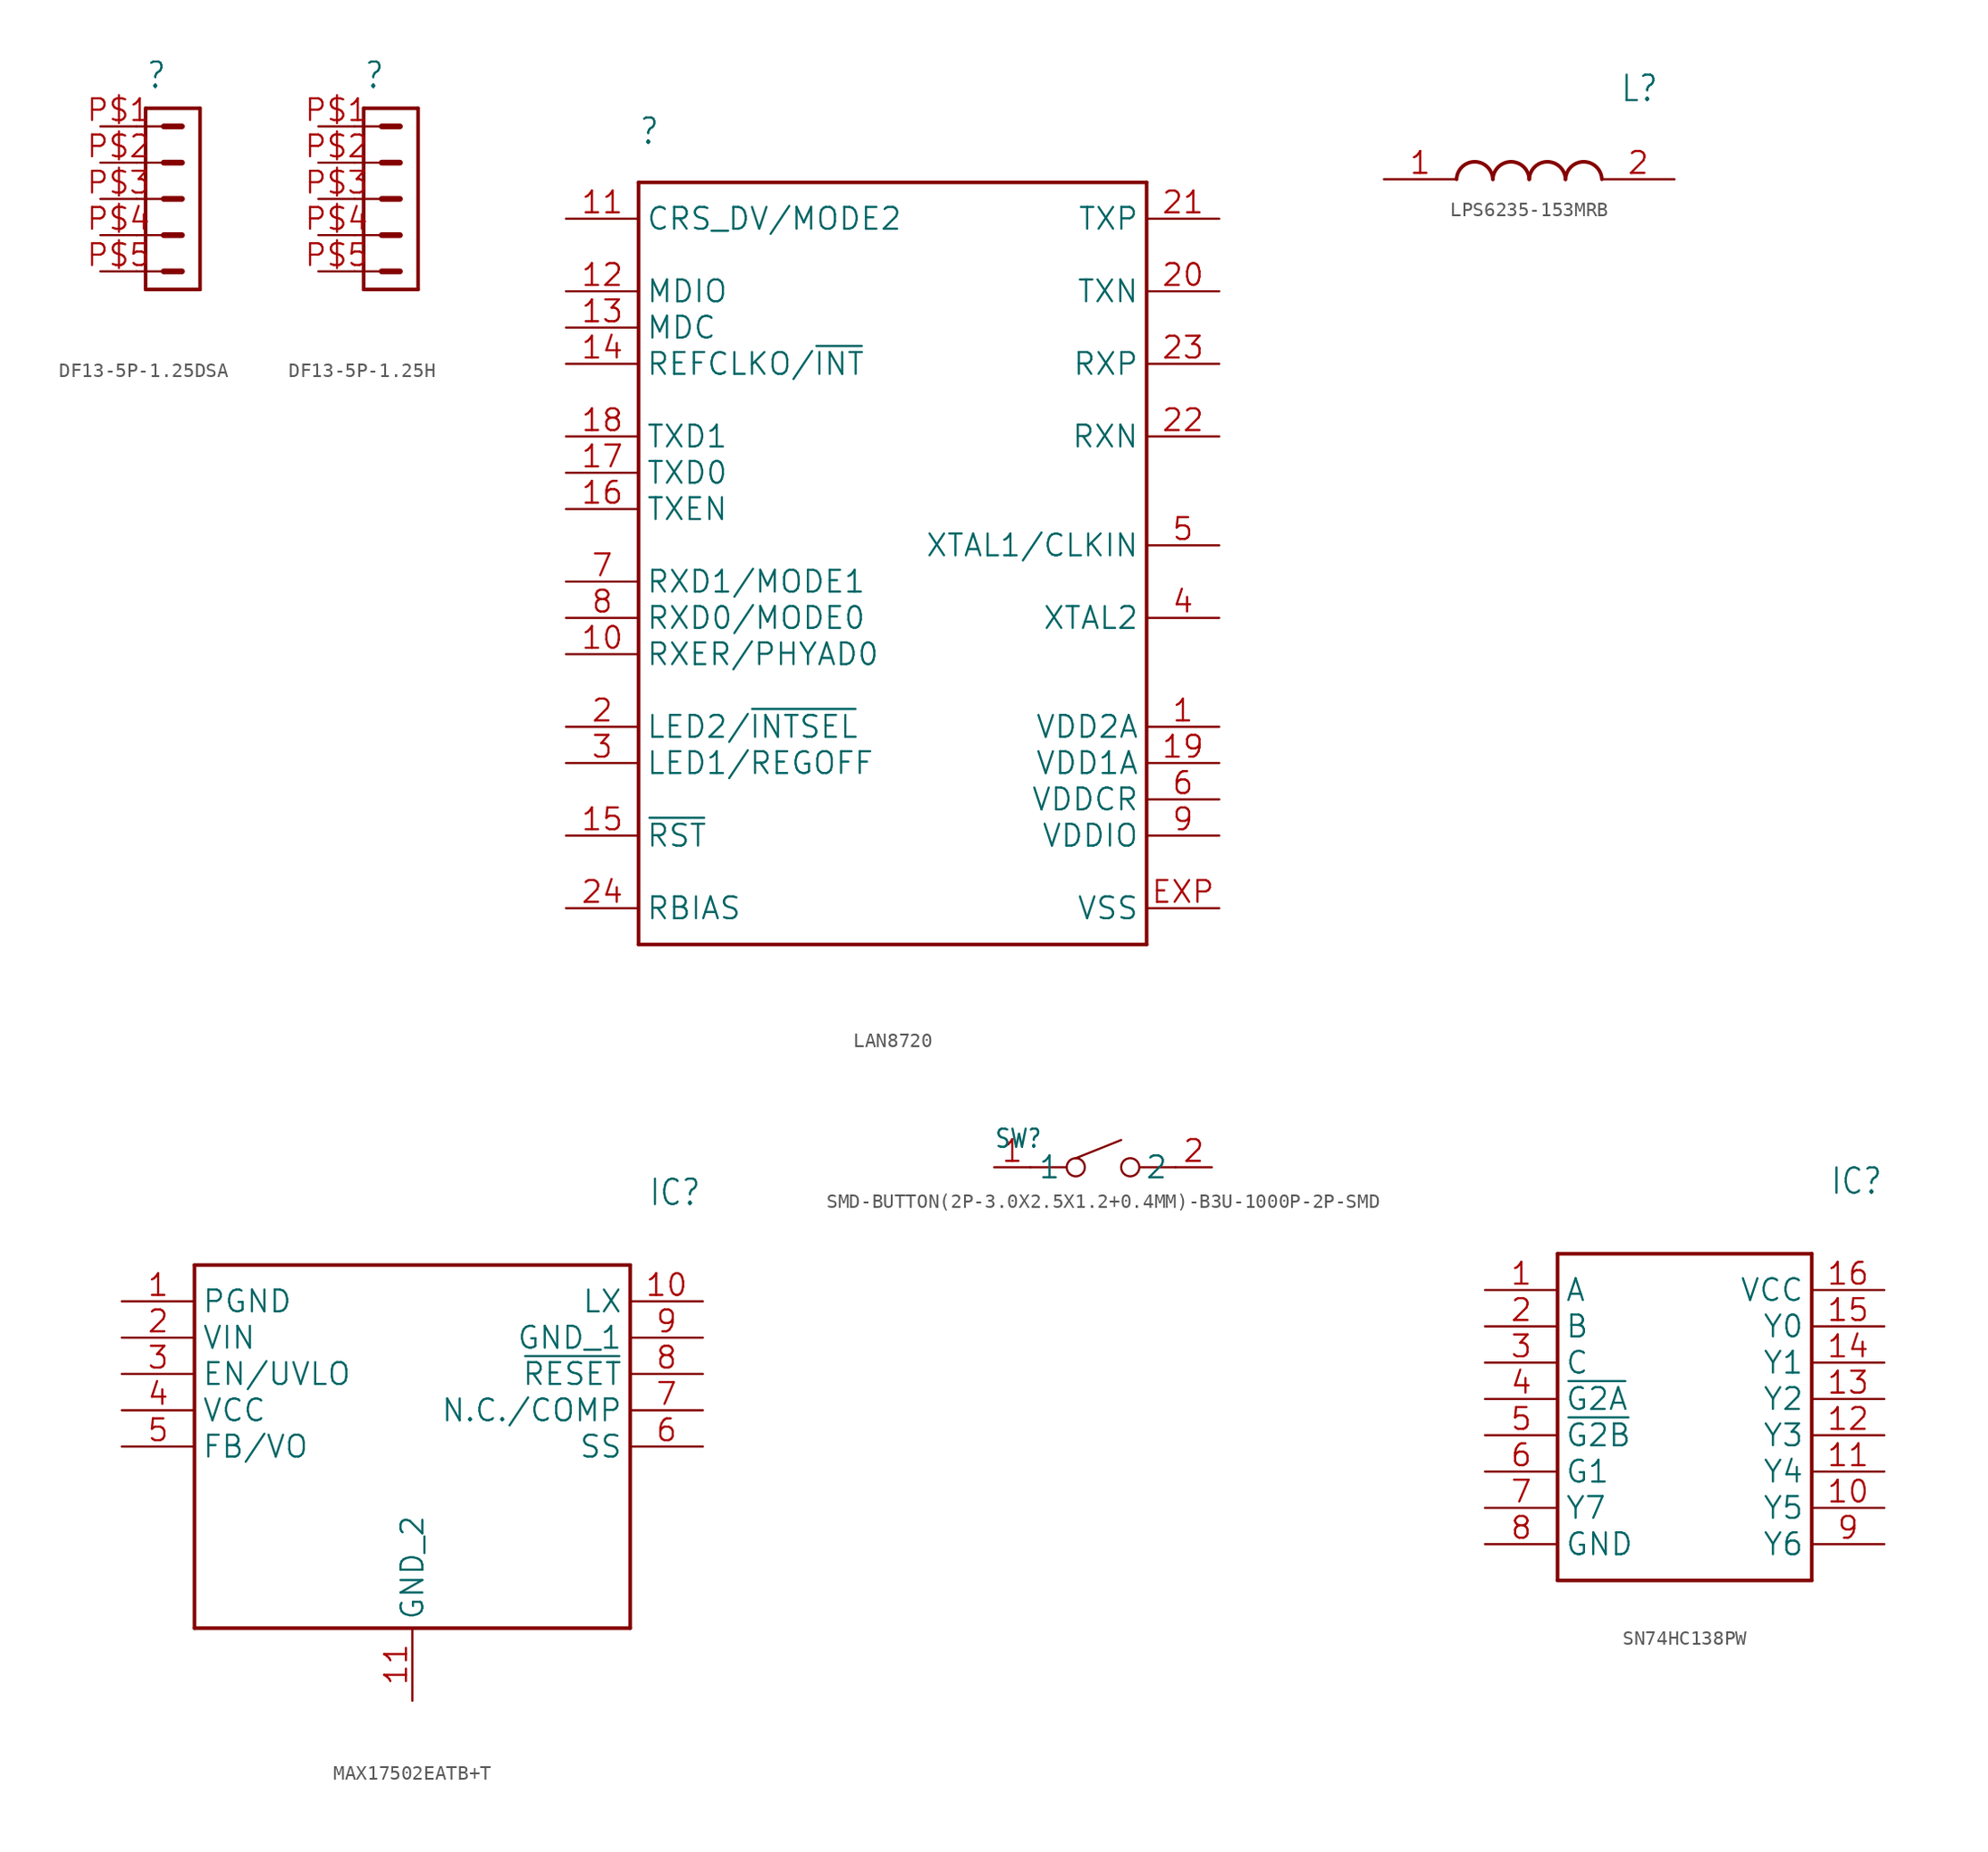
<source format=kicad_sym>
(kicad_symbol_lib
  (version 20241209)
  (generator "kicad_symbol_editor")
  (generator_version "9.0")
  (symbol "DF13-5P-1.25DSA"
    (property "Reference" ""
      (at -1.905 7.62 0)
      (effects (font (size 1.778 1.511)) (justify left bottom)))
    (property "Value" ""
      (at -1.905 -9.207 0)
      (effects (font (size 1.778 1.511)) (justify left bottom)))
    (property "ki_locked" ""
      (at 0 0 0)
      (effects (font (size 1.27 1.27))))
    (symbol "DF13-5P-1.25DSA_1_0"
      (polyline (pts (xy -2.54 5.08) (xy -0.635 5.08)) (stroke (width 0.152) (type solid)) (fill (type none)))
      (polyline (pts (xy -2.54 2.54) (xy -0.635 2.54)) (stroke (width 0.152) (type solid)) (fill (type none)))
      (polyline (pts (xy -2.54 0) (xy -0.635 0)) (stroke (width 0.152) (type solid)) (fill (type none)))
      (polyline (pts (xy -2.54 -2.54) (xy -0.635 -2.54)) (stroke (width 0.152) (type solid)) (fill (type none)))
      (polyline (pts (xy -2.54 -5.08) (xy -0.635 -5.08)) (stroke (width 0.152) (type solid)) (fill (type none)))
      (polyline (pts (xy -1.905 -6.35) (xy -1.905 6.35)) (stroke (width 0.254) (type solid)) (fill (type none)))
      (polyline (pts (xy -1.905 -6.35) (xy 1.905 -6.35)) (stroke (width 0.254) (type solid)) (fill (type none)))
      (polyline (pts (xy -0.635 5.08) (xy 0.635 5.08)) (stroke (width 0.406) (type solid)) (fill (type none)))
      (polyline (pts (xy -0.635 2.54) (xy 0.635 2.54)) (stroke (width 0.406) (type solid)) (fill (type none)))
      (polyline (pts (xy -0.635 0) (xy 0.635 0)) (stroke (width 0.406) (type solid)) (fill (type none)))
      (polyline (pts (xy -0.635 -2.54) (xy 0.635 -2.54)) (stroke (width 0.406) (type solid)) (fill (type none)))
      (polyline (pts (xy -0.635 -5.08) (xy 0.635 -5.08)) (stroke (width 0.406) (type solid)) (fill (type none)))
      (polyline (pts (xy 1.905 6.35) (xy -1.905 6.35)) (stroke (width 0.254) (type solid)) (fill (type none)))
      (polyline (pts (xy 1.905 6.35) (xy 1.905 -6.35)) (stroke (width 0.254) (type solid)) (fill (type none)))
      (pin passive line (at -5.08 5.08 0) (length 2.54) (name "1" (effects (font (size 0 0)))) (number "P$1" (effects (font (size 1.524 1.524)))))
      (pin passive line (at -5.08 2.54 0) (length 2.54) (name "2" (effects (font (size 0 0)))) (number "P$2" (effects (font (size 1.524 1.524)))))
      (pin passive line (at -5.08 0 0) (length 2.54) (name "3" (effects (font (size 0 0)))) (number "P$3" (effects (font (size 1.524 1.524)))))
      (pin passive line (at -5.08 -2.54 0) (length 2.54) (name "4" (effects (font (size 0 0)))) (number "P$4" (effects (font (size 1.524 1.524)))))
      (pin passive line (at -5.08 -5.08 0) (length 2.54) (name "5" (effects (font (size 0 0)))) (number "P$5" (effects (font (size 1.524 1.524)))))))
  (symbol "DF13-5P-1.25H"
    (property "Reference" ""
      (at -1.905 7.62 0)
      (effects (font (size 1.778 1.511)) (justify left bottom)))
    (property "Value" ""
      (at -1.905 -9.207 0)
      (effects (font (size 1.778 1.511)) (justify left bottom)))
    (property "ki_locked" ""
      (at 0 0 0)
      (effects (font (size 1.27 1.27))))
    (symbol "DF13-5P-1.25H_1_0"
      (polyline (pts (xy -2.54 5.08) (xy -0.635 5.08)) (stroke (width 0.152) (type solid)) (fill (type none)))
      (polyline (pts (xy -2.54 2.54) (xy -0.635 2.54)) (stroke (width 0.152) (type solid)) (fill (type none)))
      (polyline (pts (xy -2.54 0) (xy -0.635 0)) (stroke (width 0.152) (type solid)) (fill (type none)))
      (polyline (pts (xy -2.54 -2.54) (xy -0.635 -2.54)) (stroke (width 0.152) (type solid)) (fill (type none)))
      (polyline (pts (xy -2.54 -5.08) (xy -0.635 -5.08)) (stroke (width 0.152) (type solid)) (fill (type none)))
      (polyline (pts (xy -1.905 -6.35) (xy -1.905 6.35)) (stroke (width 0.254) (type solid)) (fill (type none)))
      (polyline (pts (xy -1.905 -6.35) (xy 1.905 -6.35)) (stroke (width 0.254) (type solid)) (fill (type none)))
      (polyline (pts (xy -0.635 5.08) (xy 0.635 5.08)) (stroke (width 0.406) (type solid)) (fill (type none)))
      (polyline (pts (xy -0.635 2.54) (xy 0.635 2.54)) (stroke (width 0.406) (type solid)) (fill (type none)))
      (polyline (pts (xy -0.635 0) (xy 0.635 0)) (stroke (width 0.406) (type solid)) (fill (type none)))
      (polyline (pts (xy -0.635 -2.54) (xy 0.635 -2.54)) (stroke (width 0.406) (type solid)) (fill (type none)))
      (polyline (pts (xy -0.635 -5.08) (xy 0.635 -5.08)) (stroke (width 0.406) (type solid)) (fill (type none)))
      (polyline (pts (xy 1.905 6.35) (xy -1.905 6.35)) (stroke (width 0.254) (type solid)) (fill (type none)))
      (polyline (pts (xy 1.905 6.35) (xy 1.905 -6.35)) (stroke (width 0.254) (type solid)) (fill (type none)))
      (pin passive line (at -5.08 5.08 0) (length 2.54) (name "1" (effects (font (size 0 0)))) (number "P$1" (effects (font (size 1.524 1.524)))))
      (pin passive line (at -5.08 2.54 0) (length 2.54) (name "2" (effects (font (size 0 0)))) (number "P$2" (effects (font (size 1.524 1.524)))))
      (pin passive line (at -5.08 0 0) (length 2.54) (name "3" (effects (font (size 0 0)))) (number "P$3" (effects (font (size 1.524 1.524)))))
      (pin passive line (at -5.08 -2.54 0) (length 2.54) (name "4" (effects (font (size 0 0)))) (number "P$4" (effects (font (size 1.524 1.524)))))
      (pin passive line (at -5.08 -5.08 0) (length 2.54) (name "5" (effects (font (size 0 0)))) (number "P$5" (effects (font (size 1.524 1.524)))))))
  (symbol "LAN8720"
    (property "Reference" ""
      (at -17.78 27.94 0)
      (effects (font (size 1.778 1.511)) (justify left bottom)))
    (property "Value" ""
      (at -17.78 25.4 0)
      (effects (font (size 1.778 1.511)) (justify left bottom)))
    (property "ki_locked" ""
      (at 0 0 0)
      (effects (font (size 1.27 1.27))))
    (symbol "LAN8720_1_0"
      (polyline (pts (xy -17.78 25.4) (xy 17.78 25.4)) (stroke (width 0.254) (type solid)) (fill (type none)))
      (polyline (pts (xy -17.78 -27.94) (xy -17.78 25.4)) (stroke (width 0.254) (type solid)) (fill (type none)))
      (polyline (pts (xy 17.78 25.4) (xy 17.78 -27.94)) (stroke (width 0.254) (type solid)) (fill (type none)))
      (polyline (pts (xy 17.78 -27.94) (xy -17.78 -27.94)) (stroke (width 0.254) (type solid)) (fill (type none)))
      (pin bidirectional line (at -22.86 22.86 0) (length 5.08) (name "CRS_DV/MODE2" (effects (font (size 1.524 1.524)))) (number "11" (effects (font (size 1.524 1.524)))))
      (pin bidirectional line (at -22.86 17.78 0) (length 5.08) (name "MDIO" (effects (font (size 1.524 1.524)))) (number "12" (effects (font (size 1.524 1.524)))))
      (pin bidirectional line (at -22.86 15.24 0) (length 5.08) (name "MDC" (effects (font (size 1.524 1.524)))) (number "13" (effects (font (size 1.524 1.524)))))
      (pin bidirectional line (at -22.86 12.7 0) (length 5.08) (name "REFCLKO/~{INT}" (effects (font (size 1.524 1.524)))) (number "14" (effects (font (size 1.524 1.524)))))
      (pin bidirectional line (at -22.86 7.62 0) (length 5.08) (name "TXD1" (effects (font (size 1.524 1.524)))) (number "18" (effects (font (size 1.524 1.524)))))
      (pin bidirectional line (at -22.86 5.08 0) (length 5.08) (name "TXD0" (effects (font (size 1.524 1.524)))) (number "17" (effects (font (size 1.524 1.524)))))
      (pin bidirectional line (at -22.86 2.54 0) (length 5.08) (name "TXEN" (effects (font (size 1.524 1.524)))) (number "16" (effects (font (size 1.524 1.524)))))
      (pin bidirectional line (at -22.86 -2.54 0) (length 5.08) (name "RXD1/MODE1" (effects (font (size 1.524 1.524)))) (number "7" (effects (font (size 1.524 1.524)))))
      (pin bidirectional line (at -22.86 -5.08 0) (length 5.08) (name "RXD0/MODE0" (effects (font (size 1.524 1.524)))) (number "8" (effects (font (size 1.524 1.524)))))
      (pin bidirectional line (at -22.86 -7.62 0) (length 5.08) (name "RXER/PHYAD0" (effects (font (size 1.524 1.524)))) (number "10" (effects (font (size 1.524 1.524)))))
      (pin bidirectional line (at -22.86 -12.7 0) (length 5.08) (name "LED2/~{INTSEL}" (effects (font (size 1.524 1.524)))) (number "2" (effects (font (size 1.524 1.524)))))
      (pin bidirectional line (at -22.86 -15.24 0) (length 5.08) (name "LED1/REGOFF" (effects (font (size 1.524 1.524)))) (number "3" (effects (font (size 1.524 1.524)))))
      (pin bidirectional line (at -22.86 -20.32 0) (length 5.08) (name "~{RST}" (effects (font (size 1.524 1.524)))) (number "15" (effects (font (size 1.524 1.524)))))
      (pin bidirectional line (at -22.86 -25.4 0) (length 5.08) (name "RBIAS" (effects (font (size 1.524 1.524)))) (number "24" (effects (font (size 1.524 1.524)))))
      (pin bidirectional line (at 22.86 22.86 180) (length 5.08) (name "TXP" (effects (font (size 1.524 1.524)))) (number "21" (effects (font (size 1.524 1.524)))))
      (pin bidirectional line (at 22.86 17.78 180) (length 5.08) (name "TXN" (effects (font (size 1.524 1.524)))) (number "20" (effects (font (size 1.524 1.524)))))
      (pin bidirectional line (at 22.86 12.7 180) (length 5.08) (name "RXP" (effects (font (size 1.524 1.524)))) (number "23" (effects (font (size 1.524 1.524)))))
      (pin bidirectional line (at 22.86 7.62 180) (length 5.08) (name "RXN" (effects (font (size 1.524 1.524)))) (number "22" (effects (font (size 1.524 1.524)))))
      (pin bidirectional line (at 22.86 0 180) (length 5.08) (name "XTAL1/CLKIN" (effects (font (size 1.524 1.524)))) (number "5" (effects (font (size 1.524 1.524)))))
      (pin bidirectional line (at 22.86 -5.08 180) (length 5.08) (name "XTAL2" (effects (font (size 1.524 1.524)))) (number "4" (effects (font (size 1.524 1.524)))))
      (pin power_in line (at 22.86 -12.7 180) (length 5.08) (name "VDD2A" (effects (font (size 1.524 1.524)))) (number "1" (effects (font (size 1.524 1.524)))))
      (pin power_in line (at 22.86 -15.24 180) (length 5.08) (name "VDD1A" (effects (font (size 1.524 1.524)))) (number "19" (effects (font (size 1.524 1.524)))))
      (pin power_in line (at 22.86 -17.78 180) (length 5.08) (name "VDDCR" (effects (font (size 1.524 1.524)))) (number "6" (effects (font (size 1.524 1.524)))))
      (pin power_in line (at 22.86 -20.32 180) (length 5.08) (name "VDDIO" (effects (font (size 1.524 1.524)))) (number "9" (effects (font (size 1.524 1.524)))))
      (pin power_in line (at 22.86 -25.4 180) (length 5.08) (name "VSS" (effects (font (size 1.524 1.524)))) (number "EXP" (effects (font (size 1.524 1.524)))))))
  (symbol "LPS6235-153MRB"
    (property "Reference" "L"
      (at 16.51 6.35 0)
      (effects (font (size 1.778 1.511)) (justify left)))
    (property "Value" ""
      (at 16.51 3.81 0)
      (effects (font (size 1.778 1.511)) (justify left)))
    (property "ki_locked" ""
      (at 0 0 0)
      (effects (font (size 1.27 1.27))))
    (symbol "LPS6235-153MRB_1_0"
      (arc (start 5.08 0) (mid 6.35 1.22) (end 7.62 0) (stroke (width 0.254) (type solid)) (fill (type none)))
      (arc (start 7.62 0) (mid 8.89 1.22) (end 10.16 0) (stroke (width 0.254) (type solid)) (fill (type none)))
      (arc (start 10.16 0) (mid 11.43 1.22) (end 12.7 0) (stroke (width 0.254) (type solid)) (fill (type none)))
      (arc (start 12.7 0) (mid 13.97 1.22) (end 15.24 0) (stroke (width 0.254) (type solid)) (fill (type none)))
      (pin bidirectional line (at 0 0 0) (length 5.08) (name "1" (effects (font (size 0 0)))) (number "1" (effects (font (size 1.524 1.524)))))
      (pin bidirectional line (at 20.32 0 180) (length 5.08) (name "2" (effects (font (size 0 0)))) (number "2" (effects (font (size 1.524 1.524)))))))
  (symbol "MAX17502EATB+T"
    (property "Reference" "IC"
      (at 36.83 7.62 0)
      (effects (font (size 1.778 1.511)) (justify left)))
    (property "Value" ""
      (at 36.83 5.08 0)
      (effects (font (size 1.778 1.511)) (justify left)))
    (property "ki_locked" ""
      (at 0 0 0)
      (effects (font (size 1.27 1.27))))
    (symbol "MAX17502EATB+T_1_0"
      (polyline (pts (xy 5.08 2.54) (xy 5.08 -22.86)) (stroke (width 0.254) (type solid)) (fill (type none)))
      (polyline (pts (xy 5.08 2.54) (xy 35.56 2.54)) (stroke (width 0.254) (type solid)) (fill (type none)))
      (polyline (pts (xy 35.56 -22.86) (xy 5.08 -22.86)) (stroke (width 0.254) (type solid)) (fill (type none)))
      (polyline (pts (xy 35.56 -22.86) (xy 35.56 2.54)) (stroke (width 0.254) (type solid)) (fill (type none)))
      (pin bidirectional line (at 0 0 0) (length 5.08) (name "PGND" (effects (font (size 1.524 1.524)))) (number "1" (effects (font (size 1.524 1.524)))))
      (pin bidirectional line (at 0 -2.54 0) (length 5.08) (name "VIN" (effects (font (size 1.524 1.524)))) (number "2" (effects (font (size 1.524 1.524)))))
      (pin bidirectional line (at 0 -5.08 0) (length 5.08) (name "EN/UVLO" (effects (font (size 1.524 1.524)))) (number "3" (effects (font (size 1.524 1.524)))))
      (pin bidirectional line (at 0 -7.62 0) (length 5.08) (name "VCC" (effects (font (size 1.524 1.524)))) (number "4" (effects (font (size 1.524 1.524)))))
      (pin bidirectional line (at 0 -10.16 0) (length 5.08) (name "FB/VO" (effects (font (size 1.524 1.524)))) (number "5" (effects (font (size 1.524 1.524)))))
      (pin bidirectional line (at 20.32 -27.94 90) (length 5.08) (name "GND_2" (effects (font (size 1.524 1.524)))) (number "11" (effects (font (size 1.524 1.524)))))
      (pin bidirectional line (at 40.64 0 180) (length 5.08) (name "LX" (effects (font (size 1.524 1.524)))) (number "10" (effects (font (size 1.524 1.524)))))
      (pin bidirectional line (at 40.64 -2.54 180) (length 5.08) (name "GND_1" (effects (font (size 1.524 1.524)))) (number "9" (effects (font (size 1.524 1.524)))))
      (pin bidirectional line (at 40.64 -5.08 180) (length 5.08) (name "~{RESET}" (effects (font (size 1.524 1.524)))) (number "8" (effects (font (size 1.524 1.524)))))
      (pin bidirectional line (at 40.64 -7.62 180) (length 5.08) (name "N.C./COMP" (effects (font (size 1.524 1.524)))) (number "7" (effects (font (size 1.524 1.524)))))
      (pin bidirectional line (at 40.64 -10.16 180) (length 5.08) (name "SS" (effects (font (size 1.524 1.524)))) (number "6" (effects (font (size 1.524 1.524)))))))
  (symbol "SMD-BUTTON(2P-3.0X2.5X1.2+0.4MM)-B3U-1000P-2P-SMD"
    (property "Reference" "SW"
      (at -7.62 1.27 0)
      (effects (font (size 1.27 1.079)) (justify left bottom)))
    (property "Value" ""
      (at 1.27 1.27 0)
      (effects (font (size 1.27 1.079)) (justify left bottom)))
    (property "ki_locked" ""
      (at 0 0 0)
      (effects (font (size 1.27 1.27))))
    (symbol "SMD-BUTTON(2P-3.0X2.5X1.2+0.4MM)-B3U-1000P-2P-SMD_1_0"
      (polyline (pts (xy -5.08 0) (xy -2.54 0)) (stroke (width 0.152) (type solid)) (fill (type none)))
      (polyline (pts (xy -1.905 0.635) (xy 1.27 1.905)) (stroke (width 0.152) (type solid)) (fill (type none)))
      (circle (center -1.905 0) (radius 0.635) (stroke (width 0.152) (type solid)) (fill (type none)))
      (circle (center 1.905 0) (radius 0.635) (stroke (width 0.152) (type solid)) (fill (type none)))
      (polyline (pts (xy 2.54 0) (xy 5.08 0)) (stroke (width 0.152) (type solid)) (fill (type none)))
      (pin bidirectional line (at -7.62 0 0) (length 2.54) (name "1" (effects (font (size 1.524 1.524)))) (number "1" (effects (font (size 1.524 1.524)))))
      (pin bidirectional line (at 7.62 0 180) (length 2.54) (name "2" (effects (font (size 1.524 1.524)))) (number "2" (effects (font (size 1.524 1.524)))))))
  (symbol "SN74HC138PW"
    (property "Reference" "IC"
      (at 24.13 7.62 0)
      (effects (font (size 1.778 1.511)) (justify left)))
    (property "Value" ""
      (at 24.13 5.08 0)
      (effects (font (size 1.778 1.511)) (justify left)))
    (property "ki_locked" ""
      (at 0 0 0)
      (effects (font (size 1.27 1.27))))
    (symbol "SN74HC138PW_1_0"
      (polyline (pts (xy 5.08 2.54) (xy 5.08 -20.32)) (stroke (width 0.254) (type solid)) (fill (type none)))
      (polyline (pts (xy 5.08 2.54) (xy 22.86 2.54)) (stroke (width 0.254) (type solid)) (fill (type none)))
      (polyline (pts (xy 22.86 -20.32) (xy 5.08 -20.32)) (stroke (width 0.254) (type solid)) (fill (type none)))
      (polyline (pts (xy 22.86 -20.32) (xy 22.86 2.54)) (stroke (width 0.254) (type solid)) (fill (type none)))
      (pin bidirectional line (at 0 0 0) (length 5.08) (name "A" (effects (font (size 1.524 1.524)))) (number "1" (effects (font (size 1.524 1.524)))))
      (pin bidirectional line (at 0 -2.54 0) (length 5.08) (name "B" (effects (font (size 1.524 1.524)))) (number "2" (effects (font (size 1.524 1.524)))))
      (pin bidirectional line (at 0 -5.08 0) (length 5.08) (name "C" (effects (font (size 1.524 1.524)))) (number "3" (effects (font (size 1.524 1.524)))))
      (pin bidirectional line (at 0 -7.62 0) (length 5.08) (name "~{G2A}" (effects (font (size 1.524 1.524)))) (number "4" (effects (font (size 1.524 1.524)))))
      (pin bidirectional line (at 0 -10.16 0) (length 5.08) (name "~{G2B}" (effects (font (size 1.524 1.524)))) (number "5" (effects (font (size 1.524 1.524)))))
      (pin bidirectional line (at 0 -12.7 0) (length 5.08) (name "G1" (effects (font (size 1.524 1.524)))) (number "6" (effects (font (size 1.524 1.524)))))
      (pin bidirectional line (at 0 -15.24 0) (length 5.08) (name "Y7" (effects (font (size 1.524 1.524)))) (number "7" (effects (font (size 1.524 1.524)))))
      (pin bidirectional line (at 0 -17.78 0) (length 5.08) (name "GND" (effects (font (size 1.524 1.524)))) (number "8" (effects (font (size 1.524 1.524)))))
      (pin bidirectional line (at 27.94 0 180) (length 5.08) (name "VCC" (effects (font (size 1.524 1.524)))) (number "16" (effects (font (size 1.524 1.524)))))
      (pin bidirectional line (at 27.94 -2.54 180) (length 5.08) (name "Y0" (effects (font (size 1.524 1.524)))) (number "15" (effects (font (size 1.524 1.524)))))
      (pin bidirectional line (at 27.94 -5.08 180) (length 5.08) (name "Y1" (effects (font (size 1.524 1.524)))) (number "14" (effects (font (size 1.524 1.524)))))
      (pin bidirectional line (at 27.94 -7.62 180) (length 5.08) (name "Y2" (effects (font (size 1.524 1.524)))) (number "13" (effects (font (size 1.524 1.524)))))
      (pin bidirectional line (at 27.94 -10.16 180) (length 5.08) (name "Y3" (effects (font (size 1.524 1.524)))) (number "12" (effects (font (size 1.524 1.524)))))
      (pin bidirectional line (at 27.94 -12.7 180) (length 5.08) (name "Y4" (effects (font (size 1.524 1.524)))) (number "11" (effects (font (size 1.524 1.524)))))
      (pin bidirectional line (at 27.94 -15.24 180) (length 5.08) (name "Y5" (effects (font (size 1.524 1.524)))) (number "10" (effects (font (size 1.524 1.524)))))
      (pin bidirectional line (at 27.94 -17.78 180) (length 5.08) (name "Y6" (effects (font (size 1.524 1.524)))) (number "9" (effects (font (size 1.524 1.524))))))))
</source>
